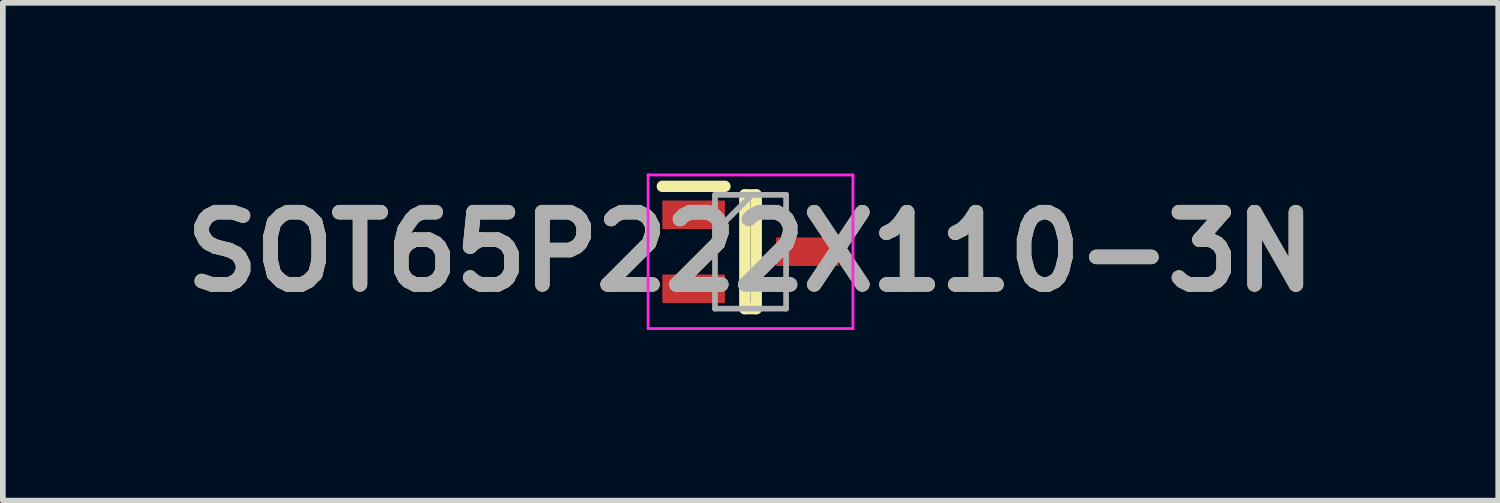
<source format=kicad_pcb>
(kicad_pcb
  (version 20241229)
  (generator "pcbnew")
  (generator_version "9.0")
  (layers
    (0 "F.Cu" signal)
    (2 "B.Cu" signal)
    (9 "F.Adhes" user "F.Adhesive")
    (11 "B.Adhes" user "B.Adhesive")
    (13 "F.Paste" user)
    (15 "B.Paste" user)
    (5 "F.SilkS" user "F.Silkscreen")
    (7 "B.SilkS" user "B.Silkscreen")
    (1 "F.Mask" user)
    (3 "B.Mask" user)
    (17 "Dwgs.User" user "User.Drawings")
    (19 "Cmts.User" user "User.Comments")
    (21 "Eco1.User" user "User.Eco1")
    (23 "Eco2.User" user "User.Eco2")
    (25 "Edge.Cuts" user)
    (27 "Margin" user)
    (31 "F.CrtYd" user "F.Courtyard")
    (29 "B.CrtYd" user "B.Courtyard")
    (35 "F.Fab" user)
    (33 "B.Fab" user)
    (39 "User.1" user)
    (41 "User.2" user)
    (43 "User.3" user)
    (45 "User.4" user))
  (footprint "SOT65P222X110-3N"
    (layer "F.Cu")
    (at 10.142 1.375)
    (property "Reference" "SOT65P222X110-3N" (at 0 0 0) (layer "F.SilkS") (effects (font (size 1.27 1.27) (thickness 0.254))))
    (attr smd)
    (fp_line (start -1.55 -1.15) (end -0.45 -1.15) (stroke (width 0.2) (type solid)) (layer "F.SilkS"))
    (fp_line (start -0.1 -1) (end 0.1 -1) (stroke (width 0.2) (type solid)) (layer "F.SilkS"))
    (fp_line (start -0.1 1) (end -0.1 -1) (stroke (width 0.2) (type solid)) (layer "F.SilkS"))
    (fp_line (start 0.1 -1) (end 0.1 1) (stroke (width 0.2) (type solid)) (layer "F.SilkS"))
    (fp_line (start 0.1 1) (end -0.1 1) (stroke (width 0.2) (type solid)) (layer "F.SilkS"))
    (fp_line (start -1.8 -1.35) (end 1.8 -1.35) (stroke (width 0.05) (type solid)) (layer "F.CrtYd"))
    (fp_line (start -1.8 1.35) (end -1.8 -1.35) (stroke (width 0.05) (type solid)) (layer "F.CrtYd"))
    (fp_line (start 1.8 -1.35) (end 1.8 1.35) (stroke (width 0.05) (type solid)) (layer "F.CrtYd"))
    (fp_line (start 1.8 1.35) (end -1.8 1.35) (stroke (width 0.05) (type solid)) (layer "F.CrtYd"))
    (fp_line (start -0.625 -1) (end 0.625 -1) (stroke (width 0.1) (type solid)) (layer "F.Fab"))
    (fp_line (start -0.625 -0.35) (end 0.025 -1) (stroke (width 0.1) (type solid)) (layer "F.Fab"))
    (fp_line (start -0.625 1) (end -0.625 -1) (stroke (width 0.1) (type solid)) (layer "F.Fab"))
    (fp_line (start 0.625 -1) (end 0.625 1) (stroke (width 0.1) (type solid)) (layer "F.Fab"))
    (fp_line (start 0.625 1) (end -0.625 1) (stroke (width 0.1) (type solid)) (layer "F.Fab"))
    (fp_text user "${REFERENCE}" (at 0 0 0) (layer "F.Fab") (effects (font (size 1.27 1.27) (thickness 0.254))))
    (pad "1" smd rect (at -1 -0.65 90) (size 0.5 1.1) (layers "F.Cu" "F.Mask" "F.Paste"))
    (pad "2" smd rect (at -1 0.65 90) (size 0.5 1.1) (layers "F.Cu" "F.Mask" "F.Paste"))
    (pad "3" smd rect (at 1 0 90) (size 0.5 1.1) (layers "F.Cu" "F.Mask" "F.Paste")))
  (gr_rect
    (start -3 -3)
    (end 23.284 5.75)
    (stroke (width 0.1) (type default))
    (fill no)
    (layer "Edge.Cuts")))
</source>
